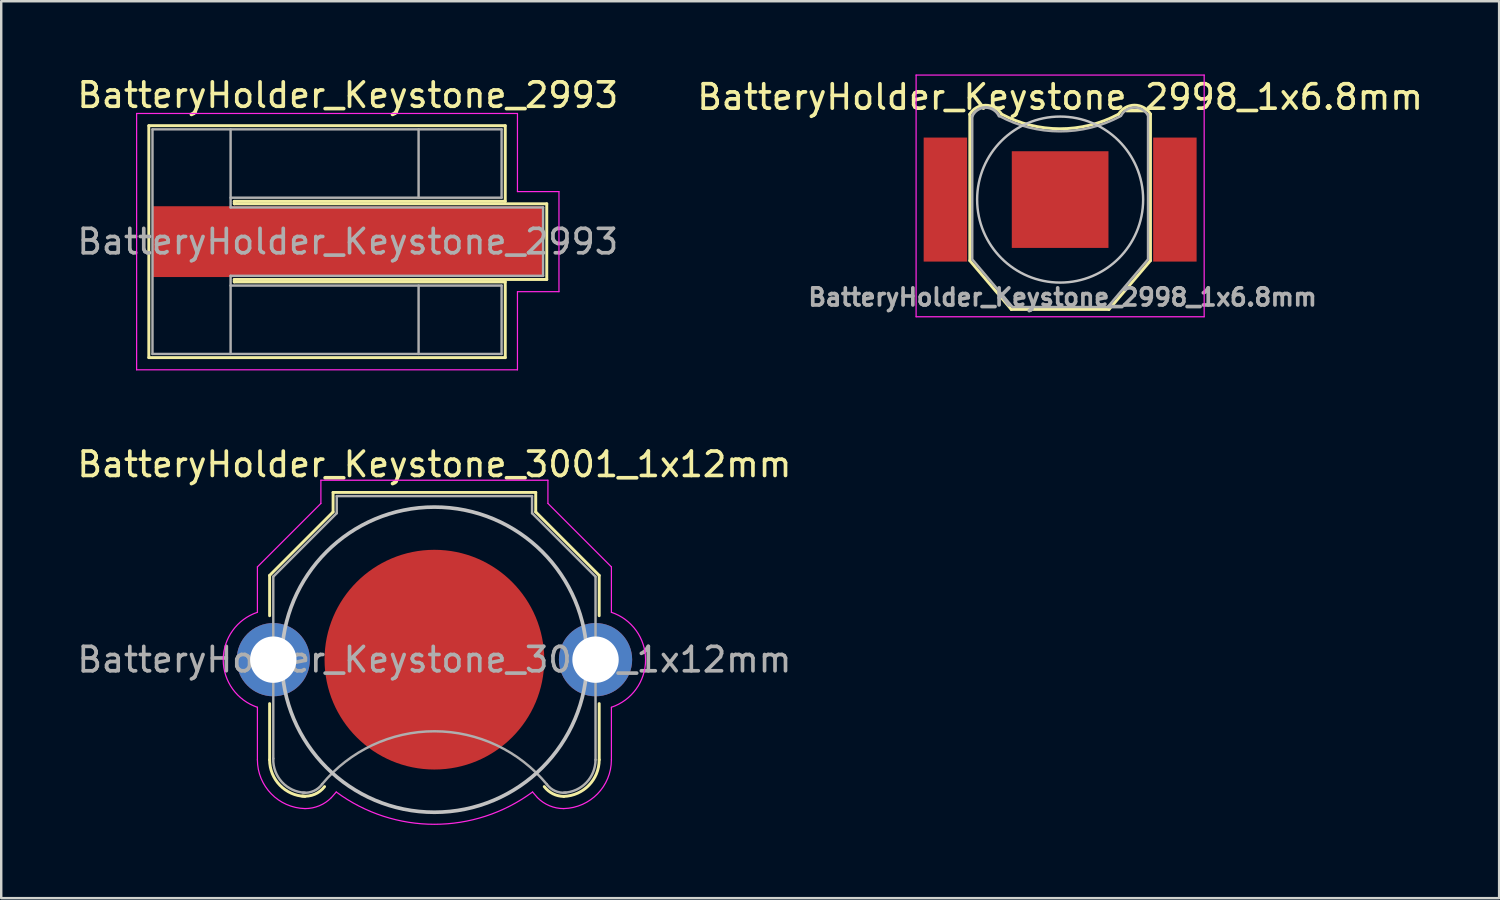
<source format=kicad_pcb>
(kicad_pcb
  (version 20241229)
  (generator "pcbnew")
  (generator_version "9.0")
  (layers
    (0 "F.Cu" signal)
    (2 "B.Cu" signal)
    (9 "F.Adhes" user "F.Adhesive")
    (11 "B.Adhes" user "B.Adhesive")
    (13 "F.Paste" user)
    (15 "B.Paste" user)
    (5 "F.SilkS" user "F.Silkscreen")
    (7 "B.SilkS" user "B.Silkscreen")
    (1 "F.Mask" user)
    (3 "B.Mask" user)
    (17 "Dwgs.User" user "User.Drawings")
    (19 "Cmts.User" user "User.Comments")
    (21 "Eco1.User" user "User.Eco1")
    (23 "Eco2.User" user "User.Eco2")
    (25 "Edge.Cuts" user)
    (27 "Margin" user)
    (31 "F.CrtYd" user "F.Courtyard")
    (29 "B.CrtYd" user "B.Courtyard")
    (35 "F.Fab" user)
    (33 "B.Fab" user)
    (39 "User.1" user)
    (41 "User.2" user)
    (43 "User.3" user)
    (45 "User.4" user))
  (footprint "BatteryHolder_Keystone_2998_1x6.8mm"
    (layer "F.Cu")
    (at 40.375 5.125)
    (property "Reference" "BatteryHolder_Keystone_2998_1x6.8mm" (at 0 -4.2 0) (layer "F.SilkS") (effects (font (size 1 1) (thickness 0.15))))
    (attr smd)
    (fp_line (start -3.7 -3.5) (end -3.7 2.5) (stroke (width 0.12) (type solid)) (layer "F.SilkS"))
    (fp_line (start -2 4.5) (end -3.7 2.5) (stroke (width 0.12) (type solid)) (layer "F.SilkS"))
    (fp_line (start -2 4.5) (end 2 4.5) (stroke (width 0.12) (type solid)) (layer "F.SilkS"))
    (fp_line (start 2 4.5) (end 3.7 2.5) (stroke (width 0.12) (type solid)) (layer "F.SilkS"))
    (fp_line (start 3.7 -3.5) (end 3.7 2.5) (stroke (width 0.12) (type solid)) (layer "F.SilkS"))
    (fp_arc (start -3.705648 -3.490673) (mid -3.055452 -3.863197) (end -2.4 -3.5) (stroke (width 0.12) (type solid)) (layer "F.SilkS"))
    (fp_arc (start 2.391383 -3.495415) (mid -0.00488 -2.900002) (end -2.4 -3.5) (stroke (width 0.12) (type solid)) (layer "F.SilkS"))
    (fp_arc (start 2.392627 -3.493972) (mid 3.046477 -3.866382) (end 3.703723 -3.5) (stroke (width 0.12) (type solid)) (layer "F.SilkS"))
    (fp_circle (center 0 0) (end 3.4 0) (stroke (width 0.1) (type solid)) (fill no) (layer "Dwgs.User"))
    (fp_line (start -5.9 -5.1) (end -5.9 4.8) (stroke (width 0.05) (type solid)) (layer "F.CrtYd"))
    (fp_line (start -5.9 4.8) (end 5.9 4.8) (stroke (width 0.05) (type solid)) (layer "F.CrtYd"))
    (fp_line (start 5.9 -5.1) (end -5.9 -5.1) (stroke (width 0.05) (type solid)) (layer "F.CrtYd"))
    (fp_line (start 5.9 4.8) (end 5.9 -5.1) (stroke (width 0.05) (type solid)) (layer "F.CrtYd"))
    (fp_line (start -3.6 -3.4) (end -3.6 2.4) (stroke (width 0.1) (type solid)) (layer "F.Fab"))
    (fp_line (start -3.6 2.45) (end -1.95 4.4) (stroke (width 0.1) (type solid)) (layer "F.Fab"))
    (fp_line (start -1.95 4.4) (end 1.95 4.4) (stroke (width 0.1) (type solid)) (layer "F.Fab"))
    (fp_line (start 1.95 4.4) (end 3.6 2.45) (stroke (width 0.1) (type solid)) (layer "F.Fab"))
    (fp_line (start 3.6 2.45) (end 3.6 -3.5) (stroke (width 0.1) (type solid)) (layer "F.Fab"))
    (fp_arc (start -3.607938 -3.401745) (mid -3.059953 -3.774071) (end -2.5 -3.42) (stroke (width 0.12) (type solid)) (layer "F.Fab"))
    (fp_arc (start 2.464098 -3.410669) (mid -0.020388 -2.794584) (end -2.5 -3.43) (stroke (width 0.1) (type solid)) (layer "F.Fab"))
    (fp_arc (start 2.4959 -3.432087) (mid 3.045544 -3.771756) (end 3.6 -3.44) (stroke (width 0.1) (type solid)) (layer "F.Fab"))
    (fp_text user "${REFERENCE}" (at 0.1 4 0) (layer "F.Fab") (effects (font (size 0.7 0.7) (thickness 0.15))))
    (pad "1" smd rect (at -4.7 0) (size 1.78 5.08) (layers "F.Cu" "F.Mask" "F.Paste"))
    (pad "1" smd rect (at 4.7 0) (size 1.78 5.08) (layers "F.Cu" "F.Mask" "F.Paste"))
    (pad "2" smd rect (at 0 0) (size 3.96 3.96) (layers "F.Cu" "F.Mask" "F.Paste")))
  (footprint "BatteryHolder_Keystone_3001_1x12mm"
    (layer "F.Cu")
    (at 14.744 23.971)
    (property "Reference" "BatteryHolder_Keystone_3001_1x12mm" (at 0 -8 0) (layer "F.SilkS") (effects (font (size 1 1) (thickness 0.15))))
    (attr through_hole)
    (fp_line (start -6.75 -3.45) (end -4.15 -6.05) (stroke (width 0.12) (type solid)) (layer "F.SilkS"))
    (fp_line (start -6.75 -1.8) (end -6.75 -3.45) (stroke (width 0.12) (type solid)) (layer "F.SilkS"))
    (fp_line (start -6.75 1.8) (end -6.75 4.1) (stroke (width 0.12) (type solid)) (layer "F.SilkS"))
    (fp_line (start -4.15 -6.85) (end 4.15 -6.85) (stroke (width 0.12) (type solid)) (layer "F.SilkS"))
    (fp_line (start -4.15 -6.05) (end -4.15 -6.85) (stroke (width 0.12) (type solid)) (layer "F.SilkS"))
    (fp_line (start 4.15 -6.85) (end 4.15 -6.05) (stroke (width 0.12) (type solid)) (layer "F.SilkS"))
    (fp_line (start 4.15 -6.05) (end 6.75 -3.45) (stroke (width 0.12) (type solid)) (layer "F.SilkS"))
    (fp_line (start 6.75 -3.45) (end 6.75 -1.8) (stroke (width 0.12) (type solid)) (layer "F.SilkS"))
    (fp_line (start 6.75 1.8) (end 6.75 4.1) (stroke (width 0.12) (type solid)) (layer "F.SilkS"))
    (fp_arc (start -5.3 5.6) (mid -6.32849 5.143374) (end -6.75 4.1) (stroke (width 0.12) (type solid)) (layer "F.SilkS"))
    (fp_arc (start -4.5 5.2) (mid -4.90584 5.514615) (end -5.414615 5.58416) (stroke (width 0.12) (type solid)) (layer "F.SilkS"))
    (fp_arc (start 5.3 5.6) (mid 4.853425 5.493151) (end 4.5 5.2) (stroke (width 0.12) (type solid)) (layer "F.SilkS"))
    (fp_arc (start 6.75 4.1) (mid 6.328491 5.143375) (end 5.3 5.6) (stroke (width 0.12) (type solid)) (layer "F.SilkS"))
    (fp_circle (center 0 0) (end 0 6.25) (stroke (width 0.15) (type solid)) (fill no) (layer "Dwgs.User"))
    (fp_line (start -7.25 -3.8) (end -4.65 -6.4) (stroke (width 0.05) (type solid)) (layer "F.CrtYd"))
    (fp_line (start -7.25 -1.94) (end -7.25 -3.8) (stroke (width 0.05) (type solid)) (layer "F.CrtYd"))
    (fp_line (start -7.25 1.95) (end -7.25 4.1) (stroke (width 0.05) (type solid)) (layer "F.CrtYd"))
    (fp_line (start -4.65 -7.35) (end 4.65 -7.35) (stroke (width 0.05) (type solid)) (layer "F.CrtYd"))
    (fp_line (start -4.65 -6.4) (end -4.65 -7.35) (stroke (width 0.05) (type solid)) (layer "F.CrtYd"))
    (fp_line (start 4.65 -6.4) (end 4.65 -7.35) (stroke (width 0.05) (type solid)) (layer "F.CrtYd"))
    (fp_line (start 7.25 -3.8) (end 4.65 -6.4) (stroke (width 0.05) (type solid)) (layer "F.CrtYd"))
    (fp_line (start 7.25 -1.94) (end 7.25 -3.8) (stroke (width 0.05) (type solid)) (layer "F.CrtYd"))
    (fp_line (start 7.25 1.95) (end 7.25 4.1) (stroke (width 0.05) (type solid)) (layer "F.CrtYd"))
    (fp_arc (start -7.25 1.95) (mid -8.650199 0.005001) (end -7.25 -1.94) (stroke (width 0.05) (type solid)) (layer "F.CrtYd"))
    (fp_arc (start -5.3 6.1) (mid -6.682005 5.49683) (end -7.25 4.1) (stroke (width 0.05) (type solid)) (layer "F.CrtYd"))
    (fp_arc (start -4.22 5.65) (mid -4.714386 5.984474) (end -5.3 6.1) (stroke (width 0.05) (type solid)) (layer "F.CrtYd"))
    (fp_arc (start -4.22 5.65) (mid -4.121556 5.533647) (end -4.02 5.42) (stroke (width 0.05) (type solid)) (layer "F.CrtYd"))
    (fp_arc (start 4.02 5.42) (mid 0 6.743653) (end -4.02 5.42) (stroke (width 0.05) (type solid)) (layer "F.CrtYd"))
    (fp_arc (start 4.02 5.42) (mid 4.121556 5.533647) (end 4.22 5.65) (stroke (width 0.05) (type solid)) (layer "F.CrtYd"))
    (fp_arc (start 5.3 6.1) (mid 4.714386 5.984474) (end 4.22 5.65) (stroke (width 0.05) (type solid)) (layer "F.CrtYd"))
    (fp_arc (start 7.25 -1.94) (mid 8.650199 0.004999) (end 7.25 1.95) (stroke (width 0.05) (type solid)) (layer "F.CrtYd"))
    (fp_arc (start 7.25 4.1) (mid 6.682004 5.496829) (end 5.3 6.1) (stroke (width 0.05) (type solid)) (layer "F.CrtYd"))
    (fp_line (start -6.6 -3.4) (end -6.6 4.05) (stroke (width 0.1) (type solid)) (layer "F.Fab"))
    (fp_line (start -4 -6.7) (end -4 -6) (stroke (width 0.1) (type solid)) (layer "F.Fab"))
    (fp_line (start -4 -6.7) (end 4 -6.7) (stroke (width 0.1) (type solid)) (layer "F.Fab"))
    (fp_line (start -4 -6) (end -6.6 -3.4) (stroke (width 0.1) (type solid)) (layer "F.Fab"))
    (fp_line (start 4 -6.7) (end 4 -6) (stroke (width 0.1) (type solid)) (layer "F.Fab"))
    (fp_line (start 4 -6) (end 6.6 -3.4) (stroke (width 0.1) (type solid)) (layer "F.Fab"))
    (fp_line (start 6.6 -3.4) (end 6.6 4.1) (stroke (width 0.1) (type solid)) (layer "F.Fab"))
    (fp_arc (start -5.3 5.45) (mid -6.239949 5.019239) (end -6.6 4.05) (stroke (width 0.1) (type solid)) (layer "F.Fab"))
    (fp_arc (start -4.6 5.1) (mid -4.942443 5.378013) (end -5.378013 5.447558) (stroke (width 0.1) (type solid)) (layer "F.Fab"))
    (fp_arc (start -4.6 5.1) (mid 0.006214 2.93343) (end 4.607905 5.109589) (stroke (width 0.1) (type solid)) (layer "F.Fab"))
    (fp_arc (start 5.378013 5.447558) (mid 4.942443 5.378013) (end 4.6 5.1) (stroke (width 0.1) (type solid)) (layer "F.Fab"))
    (fp_arc (start 6.6 4.1) (mid 6.222442 5.037351) (end 5.3 5.45) (stroke (width 0.1) (type solid)) (layer "F.Fab"))
    (fp_text user "${REFERENCE}" (at 0 0 0) (layer "F.Fab") (effects (font (size 1 1) (thickness 0.15))))
    (pad "1" thru_hole circle (at -6.6 0) (size 3 3) (drill 1.9) (layers "*.Cu" "*.Mask"))
    (pad "1" thru_hole circle (at 6.6 0) (size 3 3) (drill 1.9) (layers "*.Cu" "*.Mask"))
    (pad "2" smd circle (at 0 0) (size 9 9) (layers "F.Cu" "F.Mask")))
  (footprint "BatteryHolder_Keystone_2993"
    (layer "F.Cu")
    (at 11.196 6.848)
    (property "Reference" "BatteryHolder_Keystone_2993" (at 0 -6 0) (layer "F.SilkS") (effects (font (size 1 1) (thickness 0.15))))
    (attr smd)
    (fp_line (start -8.15 -4.75) (end -8.15 4.75) (stroke (width 0.12) (type solid)) (layer "F.SilkS"))
    (fp_line (start -8.15 -4.75) (end 6.45 -4.75) (stroke (width 0.12) (type solid)) (layer "F.SilkS"))
    (fp_line (start -8.15 4.75) (end 6.45 4.75) (stroke (width 0.12) (type solid)) (layer "F.SilkS"))
    (fp_line (start -4.65 -1.65) (end -4.65 -1.55) (stroke (width 0.12) (type solid)) (layer "F.SilkS"))
    (fp_line (start -4.65 -1.55) (end 8.15 -1.55) (stroke (width 0.12) (type solid)) (layer "F.SilkS"))
    (fp_line (start -4.65 1.55) (end 8.15 1.55) (stroke (width 0.12) (type solid)) (layer "F.SilkS"))
    (fp_line (start -4.65 1.65) (end -4.65 1.55) (stroke (width 0.12) (type solid)) (layer "F.SilkS"))
    (fp_line (start 6.45 -4.75) (end 6.45 -1.65) (stroke (width 0.12) (type solid)) (layer "F.SilkS"))
    (fp_line (start 6.45 -1.65) (end -4.65 -1.65) (stroke (width 0.12) (type solid)) (layer "F.SilkS"))
    (fp_line (start 6.45 1.65) (end -4.65 1.65) (stroke (width 0.12) (type solid)) (layer "F.SilkS"))
    (fp_line (start 6.45 4.75) (end 6.45 1.65) (stroke (width 0.12) (type solid)) (layer "F.SilkS"))
    (fp_line (start 8.15 -1.55) (end 8.15 1.55) (stroke (width 0.12) (type solid)) (layer "F.SilkS"))
    (fp_line (start -8.65 -5.25) (end -8.65 5.25) (stroke (width 0.05) (type solid)) (layer "F.CrtYd"))
    (fp_line (start -8.65 -5.25) (end 6.95 -5.25) (stroke (width 0.05) (type solid)) (layer "F.CrtYd"))
    (fp_line (start -8.65 5.25) (end 6.95 5.25) (stroke (width 0.05) (type solid)) (layer "F.CrtYd"))
    (fp_line (start 6.95 -5.25) (end 6.95 -2.05) (stroke (width 0.05) (type solid)) (layer "F.CrtYd"))
    (fp_line (start 6.95 -2.05) (end 8.65 -2.05) (stroke (width 0.05) (type solid)) (layer "F.CrtYd"))
    (fp_line (start 6.95 2.05) (end 8.65 2.05) (stroke (width 0.05) (type solid)) (layer "F.CrtYd"))
    (fp_line (start 6.95 5.25) (end 6.95 2.05) (stroke (width 0.05) (type solid)) (layer "F.CrtYd"))
    (fp_line (start 8.65 -2.05) (end 8.65 2.05) (stroke (width 0.05) (type solid)) (layer "F.CrtYd"))
    (fp_line (start -8 -4.6) (end -8 4.6) (stroke (width 0.1) (type solid)) (layer "F.Fab"))
    (fp_line (start -8 -4.6) (end 6.3 -4.6) (stroke (width 0.1) (type solid)) (layer "F.Fab"))
    (fp_line (start -4.8 -1.4) (end -4.8 -4.6) (stroke (width 0.1) (type solid)) (layer "F.Fab"))
    (fp_line (start -4.8 -1.4) (end 8 -1.4) (stroke (width 0.1) (type solid)) (layer "F.Fab"))
    (fp_line (start -4.8 1.4) (end -4.8 4.6) (stroke (width 0.1) (type solid)) (layer "F.Fab"))
    (fp_line (start 2.9 -1.8) (end 2.9 -4.6) (stroke (width 0.1) (type solid)) (layer "F.Fab"))
    (fp_line (start 2.9 1.8) (end 2.9 4.6) (stroke (width 0.1) (type solid)) (layer "F.Fab"))
    (fp_line (start 6.3 -4.6) (end 6.3 -1.8) (stroke (width 0.1) (type solid)) (layer "F.Fab"))
    (fp_line (start 6.3 -1.8) (end -4.8 -1.8) (stroke (width 0.1) (type solid)) (layer "F.Fab"))
    (fp_line (start 6.3 1.8) (end -4.8 1.8) (stroke (width 0.1) (type solid)) (layer "F.Fab"))
    (fp_line (start 6.3 4.6) (end -8 4.6) (stroke (width 0.1) (type solid)) (layer "F.Fab"))
    (fp_line (start 6.3 4.6) (end 6.3 1.8) (stroke (width 0.1) (type solid)) (layer "F.Fab"))
    (fp_line (start 8 -1.4) (end 8 1.4) (stroke (width 0.1) (type solid)) (layer "F.Fab"))
    (fp_line (start 8 1.4) (end -4.8 1.4) (stroke (width 0.1) (type solid)) (layer "F.Fab"))
    (fp_text user "${REFERENCE}" (at 0 0 0) (layer "F.Fab") (effects (font (size 1 1) (thickness 0.15))))
    (pad "1" smd rect (at 0 0) (size 16 2.9) (layers "F.Cu" "F.Mask" "F.Paste")))
  (gr_rect
    (start -3 -3)
    (end 58.357 33.74)
    (stroke (width 0.1) (type default))
    (fill no)
    (layer "Edge.Cuts")))
</source>
